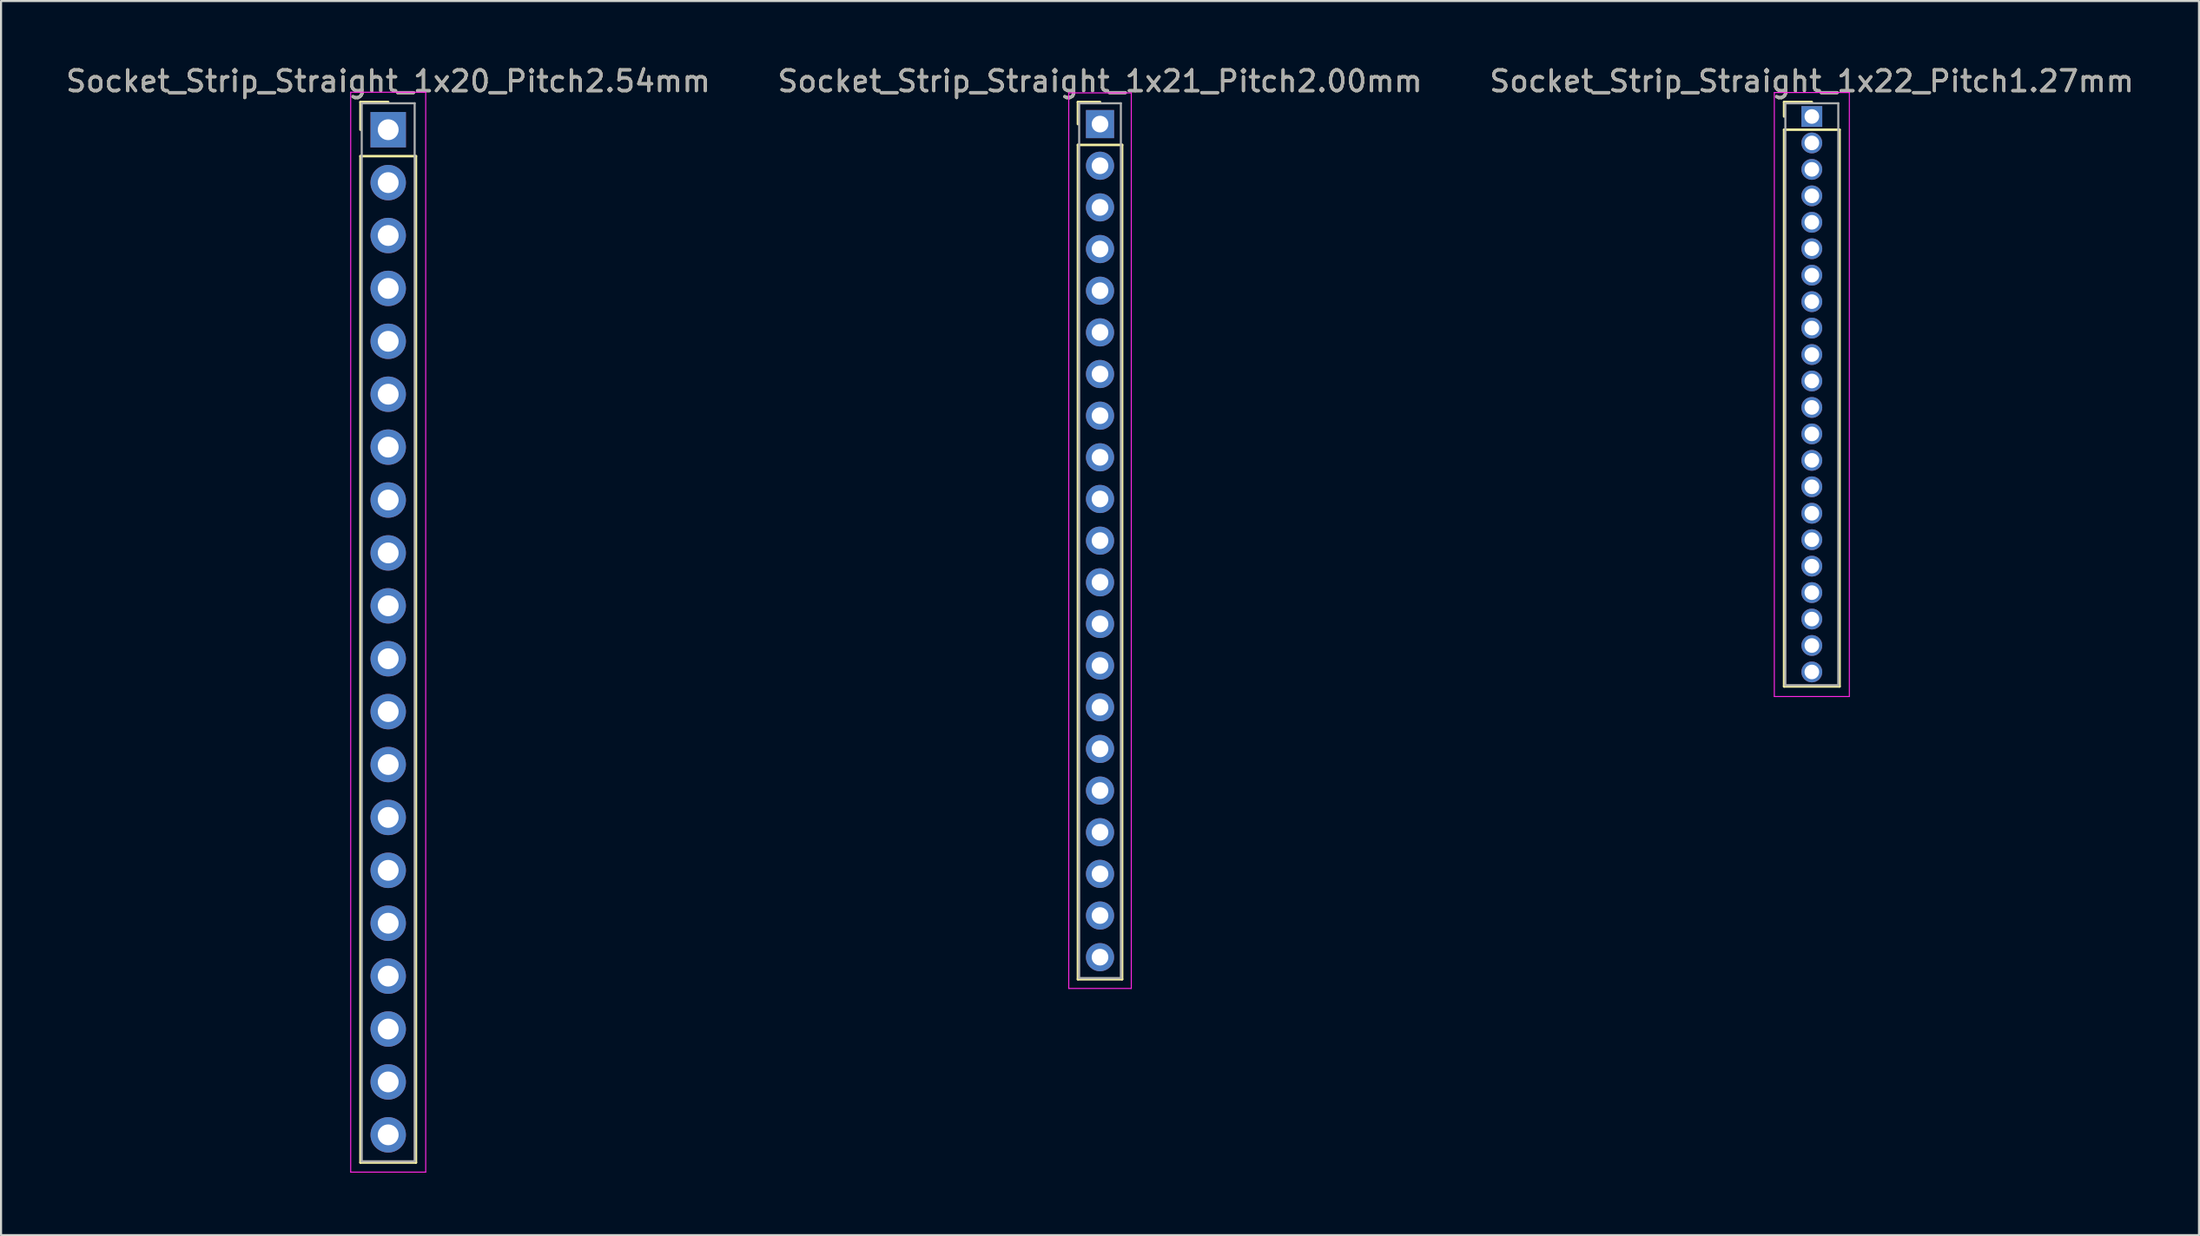
<source format=kicad_pcb>
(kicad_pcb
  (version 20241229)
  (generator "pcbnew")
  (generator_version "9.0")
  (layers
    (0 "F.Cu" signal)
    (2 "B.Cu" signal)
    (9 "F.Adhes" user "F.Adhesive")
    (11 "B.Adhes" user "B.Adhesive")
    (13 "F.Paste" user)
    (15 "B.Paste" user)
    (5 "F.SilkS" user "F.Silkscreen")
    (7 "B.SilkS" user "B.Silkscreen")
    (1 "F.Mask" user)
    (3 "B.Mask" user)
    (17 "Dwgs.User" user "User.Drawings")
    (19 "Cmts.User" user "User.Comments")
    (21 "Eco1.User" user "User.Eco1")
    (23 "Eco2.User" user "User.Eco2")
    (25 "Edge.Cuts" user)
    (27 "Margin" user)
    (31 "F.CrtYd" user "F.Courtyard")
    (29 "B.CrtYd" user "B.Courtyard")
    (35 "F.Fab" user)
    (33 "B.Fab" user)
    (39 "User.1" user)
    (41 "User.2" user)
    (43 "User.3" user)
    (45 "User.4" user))
  (footprint "Socket_Strip_Straight_1x21_Pitch2.00mm"
    (layer "F.Cu")
    (at 49.732 2.908)
    (property "Reference" "Socket_Strip_Straight_1x21_Pitch2.00mm" (at 0 -2.06 0) (layer "F.SilkS") (effects (font (size 1 1) (thickness 0.15))))
    (attr through_hole)
    (fp_line (start -1.06 -1.06) (end 0 -1.06) (stroke (width 0.12) (type solid)) (layer "F.SilkS"))
    (fp_line (start -1.06 0) (end -1.06 -1.06) (stroke (width 0.12) (type solid)) (layer "F.SilkS"))
    (fp_line (start -1.06 1) (end -1.06 41.06) (stroke (width 0.12) (type solid)) (layer "F.SilkS"))
    (fp_line (start -1.06 41.06) (end 1.06 41.06) (stroke (width 0.12) (type solid)) (layer "F.SilkS"))
    (fp_line (start 1.06 1) (end -1.06 1) (stroke (width 0.12) (type solid)) (layer "F.SilkS"))
    (fp_line (start 1.06 41.06) (end 1.06 1) (stroke (width 0.12) (type solid)) (layer "F.SilkS"))
    (fp_line (start -1.5 -1.5) (end -1.5 41.5) (stroke (width 0.05) (type solid)) (layer "F.CrtYd"))
    (fp_line (start -1.5 41.5) (end 1.5 41.5) (stroke (width 0.05) (type solid)) (layer "F.CrtYd"))
    (fp_line (start 1.5 -1.5) (end -1.5 -1.5) (stroke (width 0.05) (type solid)) (layer "F.CrtYd"))
    (fp_line (start 1.5 41.5) (end 1.5 -1.5) (stroke (width 0.05) (type solid)) (layer "F.CrtYd"))
    (fp_line (start -1 -1) (end -1 41) (stroke (width 0.1) (type solid)) (layer "F.Fab"))
    (fp_line (start -1 41) (end 1 41) (stroke (width 0.1) (type solid)) (layer "F.Fab"))
    (fp_line (start 1 -1) (end -1 -1) (stroke (width 0.1) (type solid)) (layer "F.Fab"))
    (fp_line (start 1 41) (end 1 -1) (stroke (width 0.1) (type solid)) (layer "F.Fab"))
    (fp_text user "${REFERENCE}" (at 0 -2.06 0) (layer "F.Fab") (effects (font (size 1 1) (thickness 0.15))))
    (pad "1" thru_hole rect (at 0 0) (size 1.35 1.35) (drill 0.8) (layers "*.Cu" "*.Mask"))
    (pad "2" thru_hole oval (at 0 2) (size 1.35 1.35) (drill 0.8) (layers "*.Cu" "*.Mask"))
    (pad "3" thru_hole oval (at 0 4) (size 1.35 1.35) (drill 0.8) (layers "*.Cu" "*.Mask"))
    (pad "4" thru_hole oval (at 0 6) (size 1.35 1.35) (drill 0.8) (layers "*.Cu" "*.Mask"))
    (pad "5" thru_hole oval (at 0 8) (size 1.35 1.35) (drill 0.8) (layers "*.Cu" "*.Mask"))
    (pad "6" thru_hole oval (at 0 10) (size 1.35 1.35) (drill 0.8) (layers "*.Cu" "*.Mask"))
    (pad "7" thru_hole oval (at 0 12) (size 1.35 1.35) (drill 0.8) (layers "*.Cu" "*.Mask"))
    (pad "8" thru_hole oval (at 0 14) (size 1.35 1.35) (drill 0.8) (layers "*.Cu" "*.Mask"))
    (pad "9" thru_hole oval (at 0 16) (size 1.35 1.35) (drill 0.8) (layers "*.Cu" "*.Mask"))
    (pad "10" thru_hole oval (at 0 18) (size 1.35 1.35) (drill 0.8) (layers "*.Cu" "*.Mask"))
    (pad "11" thru_hole oval (at 0 20) (size 1.35 1.35) (drill 0.8) (layers "*.Cu" "*.Mask"))
    (pad "12" thru_hole oval (at 0 22) (size 1.35 1.35) (drill 0.8) (layers "*.Cu" "*.Mask"))
    (pad "13" thru_hole oval (at 0 24) (size 1.35 1.35) (drill 0.8) (layers "*.Cu" "*.Mask"))
    (pad "14" thru_hole oval (at 0 26) (size 1.35 1.35) (drill 0.8) (layers "*.Cu" "*.Mask"))
    (pad "15" thru_hole oval (at 0 28) (size 1.35 1.35) (drill 0.8) (layers "*.Cu" "*.Mask"))
    (pad "16" thru_hole oval (at 0 30) (size 1.35 1.35) (drill 0.8) (layers "*.Cu" "*.Mask"))
    (pad "17" thru_hole oval (at 0 32) (size 1.35 1.35) (drill 0.8) (layers "*.Cu" "*.Mask"))
    (pad "18" thru_hole oval (at 0 34) (size 1.35 1.35) (drill 0.8) (layers "*.Cu" "*.Mask"))
    (pad "19" thru_hole oval (at 0 36) (size 1.35 1.35) (drill 0.8) (layers "*.Cu" "*.Mask"))
    (pad "20" thru_hole oval (at 0 38) (size 1.35 1.35) (drill 0.8) (layers "*.Cu" "*.Mask"))
    (pad "21" thru_hole oval (at 0 40) (size 1.35 1.35) (drill 0.8) (layers "*.Cu" "*.Mask")))
  (footprint "Socket_Strip_Straight_1x22_Pitch1.27mm"
    (layer "F.Cu")
    (at 83.887 2.543)
    (property "Reference" "Socket_Strip_Straight_1x22_Pitch1.27mm" (at 0 -1.695 0) (layer "F.SilkS") (effects (font (size 1 1) (thickness 0.15))))
    (attr through_hole)
    (fp_line (start -1.33 -0.695) (end 0 -0.695) (stroke (width 0.12) (type solid)) (layer "F.SilkS"))
    (fp_line (start -1.33 0) (end -1.33 -0.695) (stroke (width 0.12) (type solid)) (layer "F.SilkS"))
    (fp_line (start -1.33 0.635) (end -1.33 27.365) (stroke (width 0.12) (type solid)) (layer "F.SilkS"))
    (fp_line (start -1.33 27.365) (end 1.33 27.365) (stroke (width 0.12) (type solid)) (layer "F.SilkS"))
    (fp_line (start 1.33 0.635) (end -1.33 0.635) (stroke (width 0.12) (type solid)) (layer "F.SilkS"))
    (fp_line (start 1.33 27.365) (end 1.33 0.635) (stroke (width 0.12) (type solid)) (layer "F.SilkS"))
    (fp_line (start -1.8 -1.15) (end -1.8 27.85) (stroke (width 0.05) (type solid)) (layer "F.CrtYd"))
    (fp_line (start -1.8 27.85) (end 1.8 27.85) (stroke (width 0.05) (type solid)) (layer "F.CrtYd"))
    (fp_line (start 1.8 -1.15) (end -1.8 -1.15) (stroke (width 0.05) (type solid)) (layer "F.CrtYd"))
    (fp_line (start 1.8 27.85) (end 1.8 -1.15) (stroke (width 0.05) (type solid)) (layer "F.CrtYd"))
    (fp_line (start -1.27 -0.635) (end -1.27 27.305) (stroke (width 0.1) (type solid)) (layer "F.Fab"))
    (fp_line (start -1.27 27.305) (end 1.27 27.305) (stroke (width 0.1) (type solid)) (layer "F.Fab"))
    (fp_line (start 1.27 -0.635) (end -1.27 -0.635) (stroke (width 0.1) (type solid)) (layer "F.Fab"))
    (fp_line (start 1.27 27.305) (end 1.27 -0.635) (stroke (width 0.1) (type solid)) (layer "F.Fab"))
    (fp_text user "${REFERENCE}" (at 0 -1.695 0) (layer "F.Fab") (effects (font (size 1 1) (thickness 0.15))))
    (pad "1" thru_hole rect (at 0 0) (size 1 1) (drill 0.7) (layers "*.Cu" "*.Mask"))
    (pad "2" thru_hole oval (at 0 1.27) (size 1 1) (drill 0.7) (layers "*.Cu" "*.Mask"))
    (pad "3" thru_hole oval (at 0 2.54) (size 1 1) (drill 0.7) (layers "*.Cu" "*.Mask"))
    (pad "4" thru_hole oval (at 0 3.81) (size 1 1) (drill 0.7) (layers "*.Cu" "*.Mask"))
    (pad "5" thru_hole oval (at 0 5.08) (size 1 1) (drill 0.7) (layers "*.Cu" "*.Mask"))
    (pad "6" thru_hole oval (at 0 6.35) (size 1 1) (drill 0.7) (layers "*.Cu" "*.Mask"))
    (pad "7" thru_hole oval (at 0 7.62) (size 1 1) (drill 0.7) (layers "*.Cu" "*.Mask"))
    (pad "8" thru_hole oval (at 0 8.89) (size 1 1) (drill 0.7) (layers "*.Cu" "*.Mask"))
    (pad "9" thru_hole oval (at 0 10.16) (size 1 1) (drill 0.7) (layers "*.Cu" "*.Mask"))
    (pad "10" thru_hole oval (at 0 11.43) (size 1 1) (drill 0.7) (layers "*.Cu" "*.Mask"))
    (pad "11" thru_hole oval (at 0 12.7) (size 1 1) (drill 0.7) (layers "*.Cu" "*.Mask"))
    (pad "12" thru_hole oval (at 0 13.97) (size 1 1) (drill 0.7) (layers "*.Cu" "*.Mask"))
    (pad "13" thru_hole oval (at 0 15.24) (size 1 1) (drill 0.7) (layers "*.Cu" "*.Mask"))
    (pad "14" thru_hole oval (at 0 16.51) (size 1 1) (drill 0.7) (layers "*.Cu" "*.Mask"))
    (pad "15" thru_hole oval (at 0 17.78) (size 1 1) (drill 0.7) (layers "*.Cu" "*.Mask"))
    (pad "16" thru_hole oval (at 0 19.05) (size 1 1) (drill 0.7) (layers "*.Cu" "*.Mask"))
    (pad "17" thru_hole oval (at 0 20.32) (size 1 1) (drill 0.7) (layers "*.Cu" "*.Mask"))
    (pad "18" thru_hole oval (at 0 21.59) (size 1 1) (drill 0.7) (layers "*.Cu" "*.Mask"))
    (pad "19" thru_hole oval (at 0 22.86) (size 1 1) (drill 0.7) (layers "*.Cu" "*.Mask"))
    (pad "20" thru_hole oval (at 0 24.13) (size 1 1) (drill 0.7) (layers "*.Cu" "*.Mask"))
    (pad "21" thru_hole oval (at 0 25.4) (size 1 1) (drill 0.7) (layers "*.Cu" "*.Mask"))
    (pad "22" thru_hole oval (at 0 26.67) (size 1 1) (drill 0.7) (layers "*.Cu" "*.Mask")))
  (footprint "Socket_Strip_Straight_1x20_Pitch2.54mm"
    (layer "F.Cu")
    (at 15.577 3.178)
    (property "Reference" "Socket_Strip_Straight_1x20_Pitch2.54mm" (at 0 -2.33 0) (layer "F.SilkS") (effects (font (size 1 1) (thickness 0.15))))
    (attr through_hole)
    (fp_line (start -1.33 -1.33) (end 0 -1.33) (stroke (width 0.12) (type solid)) (layer "F.SilkS"))
    (fp_line (start -1.33 0) (end -1.33 -1.33) (stroke (width 0.12) (type solid)) (layer "F.SilkS"))
    (fp_line (start -1.33 1.27) (end -1.33 49.59) (stroke (width 0.12) (type solid)) (layer "F.SilkS"))
    (fp_line (start -1.33 49.59) (end 1.33 49.59) (stroke (width 0.12) (type solid)) (layer "F.SilkS"))
    (fp_line (start 1.33 1.27) (end -1.33 1.27) (stroke (width 0.12) (type solid)) (layer "F.SilkS"))
    (fp_line (start 1.33 49.59) (end 1.33 1.27) (stroke (width 0.12) (type solid)) (layer "F.SilkS"))
    (fp_line (start -1.8 -1.8) (end -1.8 50.05) (stroke (width 0.05) (type solid)) (layer "F.CrtYd"))
    (fp_line (start -1.8 50.05) (end 1.8 50.05) (stroke (width 0.05) (type solid)) (layer "F.CrtYd"))
    (fp_line (start 1.8 -1.8) (end -1.8 -1.8) (stroke (width 0.05) (type solid)) (layer "F.CrtYd"))
    (fp_line (start 1.8 50.05) (end 1.8 -1.8) (stroke (width 0.05) (type solid)) (layer "F.CrtYd"))
    (fp_line (start -1.27 -1.27) (end -1.27 49.53) (stroke (width 0.1) (type solid)) (layer "F.Fab"))
    (fp_line (start -1.27 49.53) (end 1.27 49.53) (stroke (width 0.1) (type solid)) (layer "F.Fab"))
    (fp_line (start 1.27 -1.27) (end -1.27 -1.27) (stroke (width 0.1) (type solid)) (layer "F.Fab"))
    (fp_line (start 1.27 49.53) (end 1.27 -1.27) (stroke (width 0.1) (type solid)) (layer "F.Fab"))
    (fp_text user "${REFERENCE}" (at 0 -2.33 0) (layer "F.Fab") (effects (font (size 1 1) (thickness 0.15))))
    (pad "1" thru_hole rect (at 0 0) (size 1.7 1.7) (drill 1) (layers "*.Cu" "*.Mask"))
    (pad "2" thru_hole oval (at 0 2.54) (size 1.7 1.7) (drill 1) (layers "*.Cu" "*.Mask"))
    (pad "3" thru_hole oval (at 0 5.08) (size 1.7 1.7) (drill 1) (layers "*.Cu" "*.Mask"))
    (pad "4" thru_hole oval (at 0 7.62) (size 1.7 1.7) (drill 1) (layers "*.Cu" "*.Mask"))
    (pad "5" thru_hole oval (at 0 10.16) (size 1.7 1.7) (drill 1) (layers "*.Cu" "*.Mask"))
    (pad "6" thru_hole oval (at 0 12.7) (size 1.7 1.7) (drill 1) (layers "*.Cu" "*.Mask"))
    (pad "7" thru_hole oval (at 0 15.24) (size 1.7 1.7) (drill 1) (layers "*.Cu" "*.Mask"))
    (pad "8" thru_hole oval (at 0 17.78) (size 1.7 1.7) (drill 1) (layers "*.Cu" "*.Mask"))
    (pad "9" thru_hole oval (at 0 20.32) (size 1.7 1.7) (drill 1) (layers "*.Cu" "*.Mask"))
    (pad "10" thru_hole oval (at 0 22.86) (size 1.7 1.7) (drill 1) (layers "*.Cu" "*.Mask"))
    (pad "11" thru_hole oval (at 0 25.4) (size 1.7 1.7) (drill 1) (layers "*.Cu" "*.Mask"))
    (pad "12" thru_hole oval (at 0 27.94) (size 1.7 1.7) (drill 1) (layers "*.Cu" "*.Mask"))
    (pad "13" thru_hole oval (at 0 30.48) (size 1.7 1.7) (drill 1) (layers "*.Cu" "*.Mask"))
    (pad "14" thru_hole oval (at 0 33.02) (size 1.7 1.7) (drill 1) (layers "*.Cu" "*.Mask"))
    (pad "15" thru_hole oval (at 0 35.56) (size 1.7 1.7) (drill 1) (layers "*.Cu" "*.Mask"))
    (pad "16" thru_hole oval (at 0 38.1) (size 1.7 1.7) (drill 1) (layers "*.Cu" "*.Mask"))
    (pad "17" thru_hole oval (at 0 40.64) (size 1.7 1.7) (drill 1) (layers "*.Cu" "*.Mask"))
    (pad "18" thru_hole oval (at 0 43.18) (size 1.7 1.7) (drill 1) (layers "*.Cu" "*.Mask"))
    (pad "19" thru_hole oval (at 0 45.72) (size 1.7 1.7) (drill 1) (layers "*.Cu" "*.Mask"))
    (pad "20" thru_hole oval (at 0 48.26) (size 1.7 1.7) (drill 1) (layers "*.Cu" "*.Mask")))
  (gr_rect
    (start -3 -3)
    (end 102.464 56.253)
    (stroke (width 0.1) (type default))
    (fill no)
    (layer "Edge.Cuts")))
</source>
